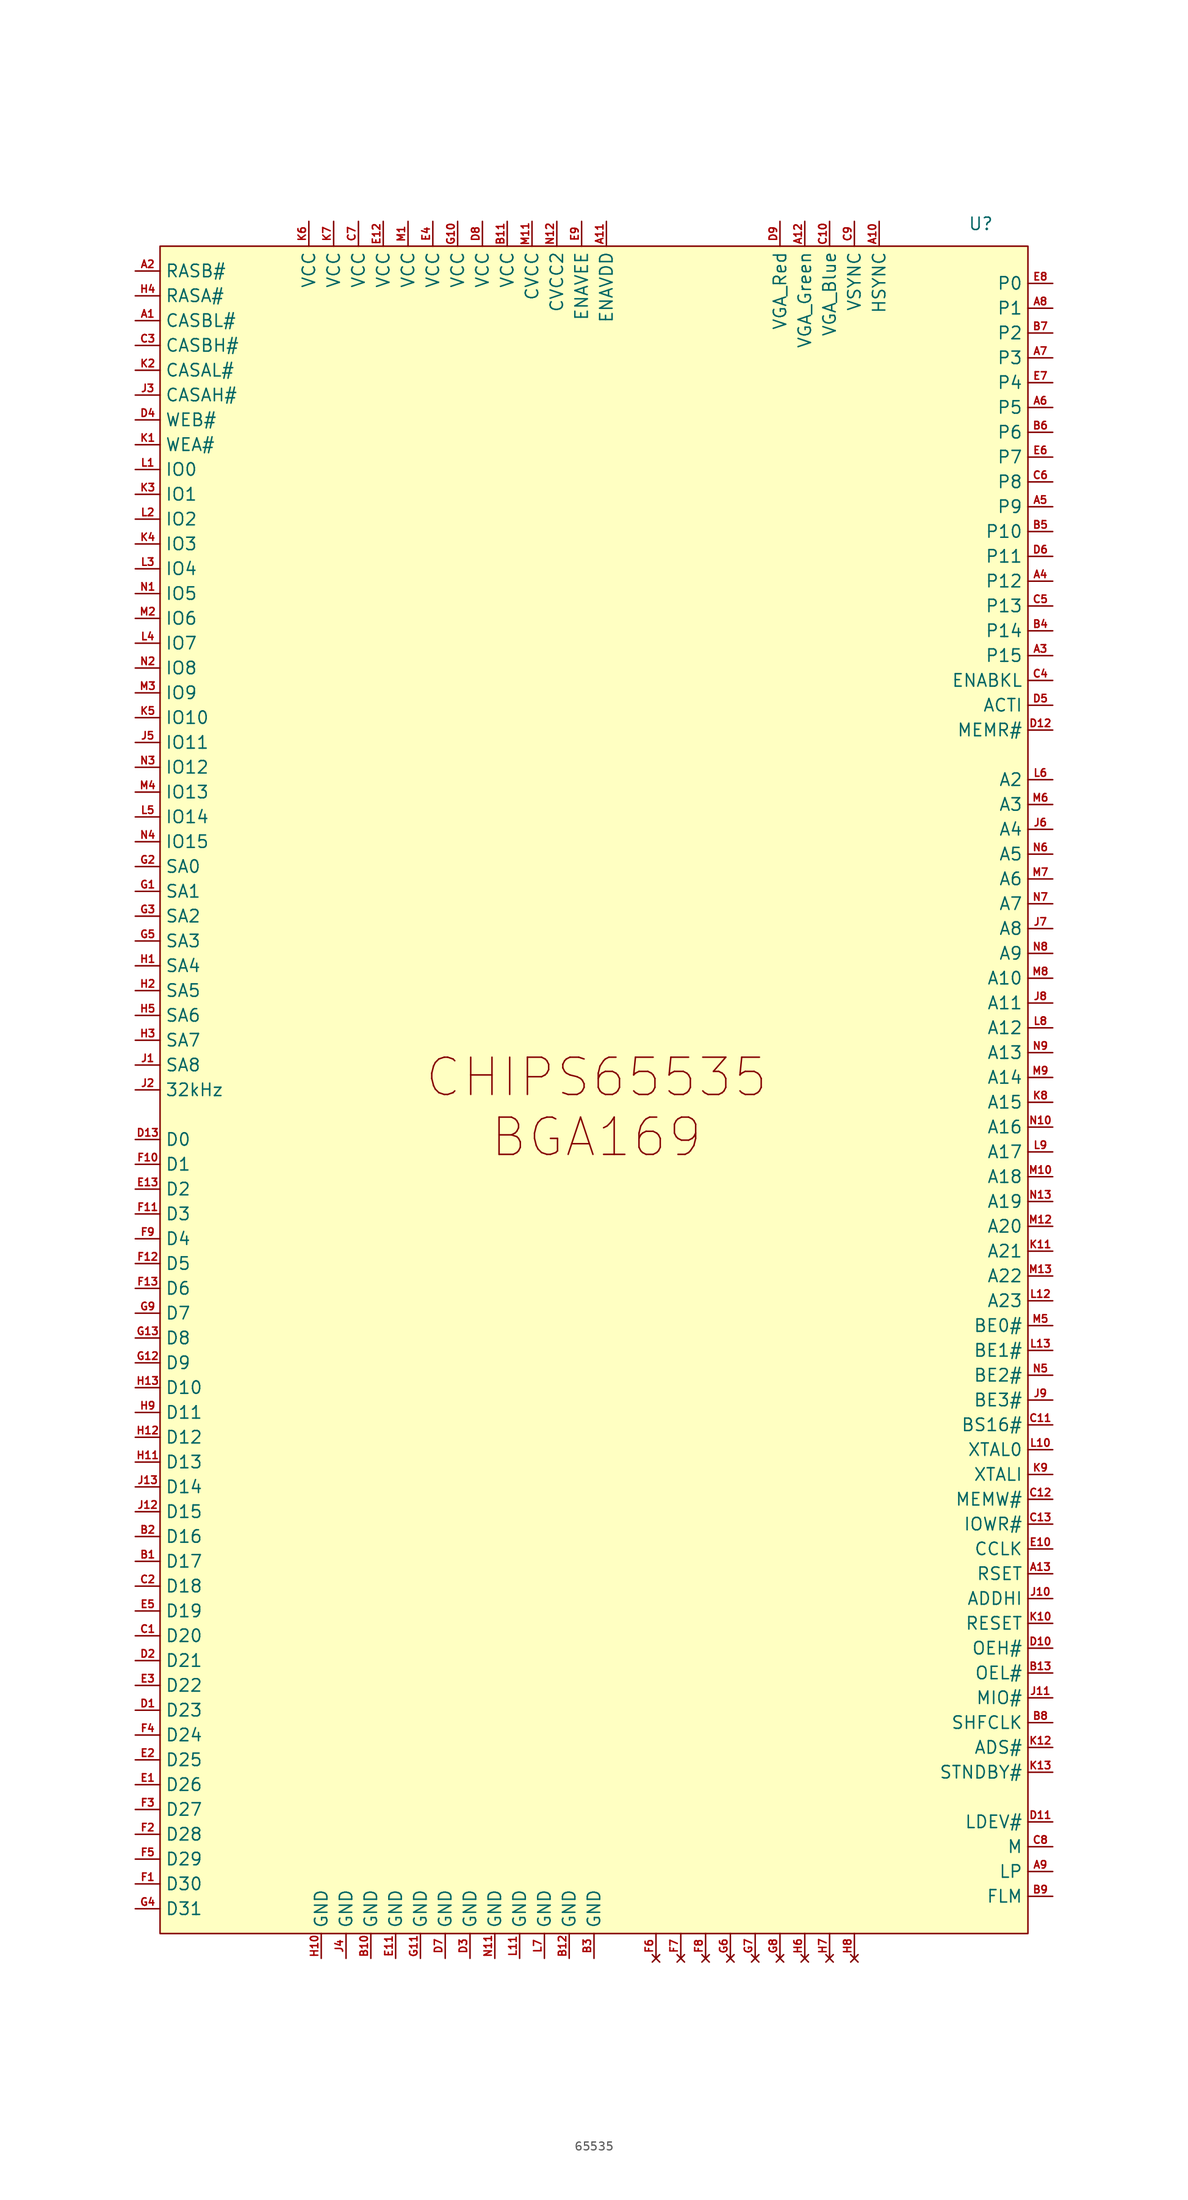
<source format=kicad_sym>
(kicad_symbol_lib
  (version 20241209)
  (generator "kicad_symbol_editor")
  (generator_version "9.0")
  (symbol "65535"
    (property "Reference" "U"
      (at 38.354 91.186 0)
      (effects (font (size 1.27 1.27))))
    (property "Value" ""
      (at 0 0 0)
      (effects (font (size 1.27 1.27))))
    (symbol "65535_1_1"
      (rectangle (start -45.72 88.9) (end 43.18 -83.82) (stroke (width 0) (type solid)) (fill (type color) (color 255 255 194 1)))
      (text "CHIPS65535\nBGA169" (at -1.016 0.762 0) (effects (font (size 3.81 3.81))))
      (pin output line (at -48.26 86.36 0) (length 2.54) (name "RASB#" (effects (font (size 1.27 1.27)))) (number "A2" (effects (font (size 0.762 0.762)))))
      (pin output line (at -48.26 83.82 0) (length 2.54) (name "RASA#" (effects (font (size 1.27 1.27)))) (number "H4" (effects (font (size 0.762 0.762)))))
      (pin output line (at -48.26 81.28 0) (length 2.54) (name "CASBL#" (effects (font (size 1.27 1.27)))) (number "A1" (effects (font (size 0.762 0.762)))))
      (pin output line (at -48.26 78.74 0) (length 2.54) (name "CASBH#" (effects (font (size 1.27 1.27)))) (number "C3" (effects (font (size 0.762 0.762)))))
      (pin output line (at -48.26 76.2 0) (length 2.54) (name "CASAL#" (effects (font (size 1.27 1.27)))) (number "K2" (effects (font (size 0.762 0.762)))))
      (pin output line (at -48.26 73.66 0) (length 2.54) (name "CASAH#" (effects (font (size 1.27 1.27)))) (number "J3" (effects (font (size 0.762 0.762)))))
      (pin input line (at -48.26 71.12 0) (length 2.54) (name "WEB#" (effects (font (size 1.27 1.27)))) (number "D4" (effects (font (size 0.762 0.762)))))
      (pin output line (at -48.26 68.58 0) (length 2.54) (name "WEA#" (effects (font (size 1.27 1.27)))) (number "K1" (effects (font (size 0.762 0.762)))))
      (pin bidirectional line (at -48.26 66.04 0) (length 2.54) (name "IO0" (effects (font (size 1.27 1.27)))) (number "L1" (effects (font (size 0.762 0.762)))))
      (pin bidirectional line (at -48.26 63.5 0) (length 2.54) (name "IO1" (effects (font (size 1.27 1.27)))) (number "K3" (effects (font (size 0.762 0.762)))))
      (pin bidirectional line (at -48.26 60.96 0) (length 2.54) (name "IO2" (effects (font (size 1.27 1.27)))) (number "L2" (effects (font (size 0.762 0.762)))))
      (pin bidirectional line (at -48.26 58.42 0) (length 2.54) (name "IO3" (effects (font (size 1.27 1.27)))) (number "K4" (effects (font (size 0.762 0.762)))))
      (pin bidirectional line (at -48.26 55.88 0) (length 2.54) (name "IO4" (effects (font (size 1.27 1.27)))) (number "L3" (effects (font (size 0.762 0.762)))))
      (pin bidirectional line (at -48.26 53.34 0) (length 2.54) (name "IO5" (effects (font (size 1.27 1.27)))) (number "N1" (effects (font (size 0.762 0.762)))))
      (pin bidirectional line (at -48.26 50.8 0) (length 2.54) (name "IO6" (effects (font (size 1.27 1.27)))) (number "M2" (effects (font (size 0.762 0.762)))))
      (pin bidirectional line (at -48.26 48.26 0) (length 2.54) (name "IO7" (effects (font (size 1.27 1.27)))) (number "L4" (effects (font (size 0.762 0.762)))))
      (pin bidirectional line (at -48.26 45.72 0) (length 2.54) (name "IO8" (effects (font (size 1.27 1.27)))) (number "N2" (effects (font (size 0.762 0.762)))))
      (pin bidirectional line (at -48.26 43.18 0) (length 2.54) (name "IO9" (effects (font (size 1.27 1.27)))) (number "M3" (effects (font (size 0.762 0.762)))))
      (pin bidirectional line (at -48.26 40.64 0) (length 2.54) (name "IO10" (effects (font (size 1.27 1.27)))) (number "K5" (effects (font (size 0.762 0.762)))))
      (pin bidirectional line (at -48.26 38.1 0) (length 2.54) (name "IO11" (effects (font (size 1.27 1.27)))) (number "J5" (effects (font (size 0.762 0.762)))))
      (pin bidirectional line (at -48.26 35.56 0) (length 2.54) (name "IO12" (effects (font (size 1.27 1.27)))) (number "N3" (effects (font (size 0.762 0.762)))))
      (pin bidirectional line (at -48.26 33.02 0) (length 2.54) (name "IO13" (effects (font (size 1.27 1.27)))) (number "M4" (effects (font (size 0.762 0.762)))))
      (pin bidirectional line (at -48.26 30.48 0) (length 2.54) (name "IO14" (effects (font (size 1.27 1.27)))) (number "L5" (effects (font (size 0.762 0.762)))))
      (pin bidirectional line (at -48.26 27.94 0) (length 2.54) (name "IO15" (effects (font (size 1.27 1.27)))) (number "N4" (effects (font (size 0.762 0.762)))))
      (pin bidirectional line (at -48.26 25.4 0) (length 2.54) (name "SA0" (effects (font (size 1.27 1.27)))) (number "G2" (effects (font (size 0.762 0.762)))))
      (pin bidirectional line (at -48.26 22.86 0) (length 2.54) (name "SA1" (effects (font (size 1.27 1.27)))) (number "G1" (effects (font (size 0.762 0.762)))))
      (pin bidirectional line (at -48.26 20.32 0) (length 2.54) (name "SA2" (effects (font (size 1.27 1.27)))) (number "G3" (effects (font (size 0.762 0.762)))))
      (pin bidirectional line (at -48.26 17.78 0) (length 2.54) (name "SA3" (effects (font (size 1.27 1.27)))) (number "G5" (effects (font (size 0.762 0.762)))))
      (pin bidirectional line (at -48.26 15.24 0) (length 2.54) (name "SA4" (effects (font (size 1.27 1.27)))) (number "H1" (effects (font (size 0.762 0.762)))))
      (pin bidirectional line (at -48.26 12.7 0) (length 2.54) (name "SA5" (effects (font (size 1.27 1.27)))) (number "H2" (effects (font (size 0.762 0.762)))))
      (pin bidirectional line (at -48.26 10.16 0) (length 2.54) (name "SA6" (effects (font (size 1.27 1.27)))) (number "H5" (effects (font (size 0.762 0.762)))))
      (pin bidirectional line (at -48.26 7.62 0) (length 2.54) (name "SA7" (effects (font (size 1.27 1.27)))) (number "H3" (effects (font (size 0.762 0.762)))))
      (pin bidirectional line (at -48.26 5.08 0) (length 2.54) (name "SA8" (effects (font (size 1.27 1.27)))) (number "J1" (effects (font (size 0.762 0.762)))))
      (pin bidirectional line (at -48.26 2.54 0) (length 2.54) (name "32kHz" (effects (font (size 1.27 1.27)))) (number "J2" (effects (font (size 0.762 0.762)))))
      (pin bidirectional line (at -48.26 -2.54 0) (length 2.54) (name "D0" (effects (font (size 1.27 1.27)))) (number "D13" (effects (font (size 0.762 0.762)))))
      (pin bidirectional line (at -48.26 -5.08 0) (length 2.54) (name "D1" (effects (font (size 1.27 1.27)))) (number "F10" (effects (font (size 0.762 0.762)))))
      (pin bidirectional line (at -48.26 -7.62 0) (length 2.54) (name "D2" (effects (font (size 1.27 1.27)))) (number "E13" (effects (font (size 0.762 0.762)))))
      (pin bidirectional line (at -48.26 -10.16 0) (length 2.54) (name "D3" (effects (font (size 1.27 1.27)))) (number "F11" (effects (font (size 0.762 0.762)))))
      (pin bidirectional line (at -48.26 -12.7 0) (length 2.54) (name "D4" (effects (font (size 1.27 1.27)))) (number "F9" (effects (font (size 0.762 0.762)))))
      (pin bidirectional line (at -48.26 -15.24 0) (length 2.54) (name "D5" (effects (font (size 1.27 1.27)))) (number "F12" (effects (font (size 0.762 0.762)))))
      (pin bidirectional line (at -48.26 -17.78 0) (length 2.54) (name "D6" (effects (font (size 1.27 1.27)))) (number "F13" (effects (font (size 0.762 0.762)))))
      (pin bidirectional line (at -48.26 -20.32 0) (length 2.54) (name "D7" (effects (font (size 1.27 1.27)))) (number "G9" (effects (font (size 0.762 0.762)))))
      (pin bidirectional line (at -48.26 -22.86 0) (length 2.54) (name "D8" (effects (font (size 1.27 1.27)))) (number "G13" (effects (font (size 0.762 0.762)))))
      (pin bidirectional line (at -48.26 -25.4 0) (length 2.54) (name "D9" (effects (font (size 1.27 1.27)))) (number "G12" (effects (font (size 0.762 0.762)))))
      (pin bidirectional line (at -48.26 -27.94 0) (length 2.54) (name "D10" (effects (font (size 1.27 1.27)))) (number "H13" (effects (font (size 0.762 0.762)))))
      (pin bidirectional line (at -48.26 -30.48 0) (length 2.54) (name "D11" (effects (font (size 1.27 1.27)))) (number "H9" (effects (font (size 0.762 0.762)))))
      (pin bidirectional line (at -48.26 -33.02 0) (length 2.54) (name "D12" (effects (font (size 1.27 1.27)))) (number "H12" (effects (font (size 0.762 0.762)))))
      (pin bidirectional line (at -48.26 -35.56 0) (length 2.54) (name "D13" (effects (font (size 1.27 1.27)))) (number "H11" (effects (font (size 0.762 0.762)))))
      (pin bidirectional line (at -48.26 -38.1 0) (length 2.54) (name "D14" (effects (font (size 1.27 1.27)))) (number "J13" (effects (font (size 0.762 0.762)))))
      (pin bidirectional line (at -48.26 -40.64 0) (length 2.54) (name "D15" (effects (font (size 1.27 1.27)))) (number "J12" (effects (font (size 0.762 0.762)))))
      (pin bidirectional line (at -48.26 -43.18 0) (length 2.54) (name "D16" (effects (font (size 1.27 1.27)))) (number "B2" (effects (font (size 0.762 0.762)))))
      (pin bidirectional line (at -48.26 -45.72 0) (length 2.54) (name "D17" (effects (font (size 1.27 1.27)))) (number "B1" (effects (font (size 0.762 0.762)))))
      (pin bidirectional line (at -48.26 -48.26 0) (length 2.54) (name "D18" (effects (font (size 1.27 1.27)))) (number "C2" (effects (font (size 0.762 0.762)))))
      (pin bidirectional line (at -48.26 -50.8 0) (length 2.54) (name "D19" (effects (font (size 1.27 1.27)))) (number "E5" (effects (font (size 0.762 0.762)))))
      (pin bidirectional line (at -48.26 -53.34 0) (length 2.54) (name "D20" (effects (font (size 1.27 1.27)))) (number "C1" (effects (font (size 0.762 0.762)))))
      (pin bidirectional line (at -48.26 -55.88 0) (length 2.54) (name "D21" (effects (font (size 1.27 1.27)))) (number "D2" (effects (font (size 0.762 0.762)))))
      (pin bidirectional line (at -48.26 -58.42 0) (length 2.54) (name "D22" (effects (font (size 1.27 1.27)))) (number "E3" (effects (font (size 0.762 0.762)))))
      (pin bidirectional line (at -48.26 -60.96 0) (length 2.54) (name "D23" (effects (font (size 1.27 1.27)))) (number "D1" (effects (font (size 0.762 0.762)))))
      (pin bidirectional line (at -48.26 -63.5 0) (length 2.54) (name "D24" (effects (font (size 1.27 1.27)))) (number "F4" (effects (font (size 0.762 0.762)))))
      (pin bidirectional line (at -48.26 -66.04 0) (length 2.54) (name "D25" (effects (font (size 1.27 1.27)))) (number "E2" (effects (font (size 0.762 0.762)))))
      (pin bidirectional line (at -48.26 -68.58 0) (length 2.54) (name "D26" (effects (font (size 1.27 1.27)))) (number "E1" (effects (font (size 0.762 0.762)))))
      (pin bidirectional line (at -48.26 -71.12 0) (length 2.54) (name "D27" (effects (font (size 1.27 1.27)))) (number "F3" (effects (font (size 0.762 0.762)))))
      (pin bidirectional line (at -48.26 -73.66 0) (length 2.54) (name "D28" (effects (font (size 1.27 1.27)))) (number "F2" (effects (font (size 0.762 0.762)))))
      (pin bidirectional line (at -48.26 -76.2 0) (length 2.54) (name "D29" (effects (font (size 1.27 1.27)))) (number "F5" (effects (font (size 0.762 0.762)))))
      (pin bidirectional line (at -48.26 -78.74 0) (length 2.54) (name "D30" (effects (font (size 1.27 1.27)))) (number "F1" (effects (font (size 0.762 0.762)))))
      (pin bidirectional line (at -48.26 -81.28 0) (length 2.54) (name "D31" (effects (font (size 1.27 1.27)))) (number "G4" (effects (font (size 0.762 0.762)))))
      (pin power_in line (at -30.48 91.44 270) (length 2.54) (name "VCC" (effects (font (size 1.27 1.27)))) (number "K6" (effects (font (size 0.762 0.762)))))
      (pin power_in line (at -29.21 -86.36 90) (length 2.54) (name "GND" (effects (font (size 1.27 1.27)))) (number "H10" (effects (font (size 0.762 0.762)))))
      (pin power_in line (at -27.94 91.44 270) (length 2.54) (name "VCC" (effects (font (size 1.27 1.27)))) (number "K7" (effects (font (size 0.762 0.762)))))
      (pin power_in line (at -26.67 -86.36 90) (length 2.54) (name "GND" (effects (font (size 1.27 1.27)))) (number "J4" (effects (font (size 0.762 0.762)))))
      (pin power_in line (at -25.4 91.44 270) (length 2.54) (name "VCC" (effects (font (size 1.27 1.27)))) (number "C7" (effects (font (size 0.762 0.762)))))
      (pin power_in line (at -24.13 -86.36 90) (length 2.54) (name "GND" (effects (font (size 1.27 1.27)))) (number "B10" (effects (font (size 0.762 0.762)))))
      (pin power_in line (at -22.86 91.44 270) (length 2.54) (name "VCC" (effects (font (size 1.27 1.27)))) (number "E12" (effects (font (size 0.762 0.762)))))
      (pin power_in line (at -21.59 -86.36 90) (length 2.54) (name "GND" (effects (font (size 1.27 1.27)))) (number "E11" (effects (font (size 0.762 0.762)))))
      (pin power_in line (at -20.32 91.44 270) (length 2.54) (name "VCC" (effects (font (size 1.27 1.27)))) (number "M1" (effects (font (size 0.762 0.762)))))
      (pin power_in line (at -19.05 -86.36 90) (length 2.54) (name "GND" (effects (font (size 1.27 1.27)))) (number "G11" (effects (font (size 0.762 0.762)))))
      (pin power_in line (at -17.78 91.44 270) (length 2.54) (name "VCC" (effects (font (size 1.27 1.27)))) (number "E4" (effects (font (size 0.762 0.762)))))
      (pin power_in line (at -16.51 -86.36 90) (length 2.54) (name "GND" (effects (font (size 1.27 1.27)))) (number "D7" (effects (font (size 0.762 0.762)))))
      (pin power_in line (at -15.24 91.44 270) (length 2.54) (name "VCC" (effects (font (size 1.27 1.27)))) (number "G10" (effects (font (size 0.762 0.762)))))
      (pin power_in line (at -13.97 -86.36 90) (length 2.54) (name "GND" (effects (font (size 1.27 1.27)))) (number "D3" (effects (font (size 0.762 0.762)))))
      (pin power_in line (at -12.7 91.44 270) (length 2.54) (name "VCC" (effects (font (size 1.27 1.27)))) (number "D8" (effects (font (size 0.762 0.762)))))
      (pin power_in line (at -11.43 -86.36 90) (length 2.54) (name "GND" (effects (font (size 1.27 1.27)))) (number "N11" (effects (font (size 0.762 0.762)))))
      (pin power_in line (at -10.16 91.44 270) (length 2.54) (name "VCC" (effects (font (size 1.27 1.27)))) (number "B11" (effects (font (size 0.762 0.762)))))
      (pin power_in line (at -8.89 -86.36 90) (length 2.54) (name "GND" (effects (font (size 1.27 1.27)))) (number "L11" (effects (font (size 0.762 0.762)))))
      (pin power_in line (at -7.62 91.44 270) (length 2.54) (name "CVCC" (effects (font (size 1.27 1.27)))) (number "M11" (effects (font (size 0.762 0.762)))))
      (pin power_in line (at -6.35 -86.36 90) (length 2.54) (name "GND" (effects (font (size 1.27 1.27)))) (number "L7" (effects (font (size 0.762 0.762)))))
      (pin power_in line (at -5.08 91.44 270) (length 2.54) (name "CVCC2" (effects (font (size 1.27 1.27)))) (number "N12" (effects (font (size 0.762 0.762)))))
      (pin power_in line (at -3.81 -86.36 90) (length 2.54) (name "GND" (effects (font (size 1.27 1.27)))) (number "B12" (effects (font (size 0.762 0.762)))))
      (pin output line (at -2.54 91.44 270) (length 2.54) (name "ENAVEE" (effects (font (size 1.27 1.27)))) (number "E9" (effects (font (size 0.762 0.762)))))
      (pin power_in line (at -1.27 -86.36 90) (length 2.54) (name "GND" (effects (font (size 1.27 1.27)))) (number "B3" (effects (font (size 0.762 0.762)))))
      (pin output line (at 0 91.44 270) (length 2.54) (name "ENAVDD" (effects (font (size 1.27 1.27)))) (number "A11" (effects (font (size 0.762 0.762)))))
      (pin no_connect line (at 5.08 -86.36 90) (length 2.54) (name "" (effects (font (size 1.27 1.27)))) (number "F6" (effects (font (size 0.762 0.762)))))
      (pin no_connect line (at 7.62 -86.36 90) (length 2.54) (name "" (effects (font (size 1.27 1.27)))) (number "F7" (effects (font (size 0.762 0.762)))))
      (pin no_connect line (at 10.16 -86.36 90) (length 2.54) (name "" (effects (font (size 1.27 1.27)))) (number "F8" (effects (font (size 0.762 0.762)))))
      (pin no_connect line (at 12.7 -86.36 90) (length 2.54) (name "" (effects (font (size 1.27 1.27)))) (number "G6" (effects (font (size 0.762 0.762)))))
      (pin no_connect line (at 15.24 -86.36 90) (length 2.54) (name "" (effects (font (size 1.27 1.27)))) (number "G7" (effects (font (size 0.762 0.762)))))
      (pin output line (at 17.78 91.44 270) (length 2.54) (name "VGA_Red" (effects (font (size 1.27 1.27)))) (number "D9" (effects (font (size 0.762 0.762)))))
      (pin no_connect line (at 17.78 -86.36 90) (length 2.54) (name "" (effects (font (size 1.27 1.27)))) (number "G8" (effects (font (size 0.762 0.762)))))
      (pin output line (at 20.32 91.44 270) (length 2.54) (name "VGA_Green" (effects (font (size 1.27 1.27)))) (number "A12" (effects (font (size 0.762 0.762)))))
      (pin no_connect line (at 20.32 -86.36 90) (length 2.54) (name "" (effects (font (size 1.27 1.27)))) (number "H6" (effects (font (size 0.762 0.762)))))
      (pin output line (at 22.86 91.44 270) (length 2.54) (name "VGA_Blue" (effects (font (size 1.27 1.27)))) (number "C10" (effects (font (size 0.762 0.762)))))
      (pin no_connect line (at 22.86 -86.36 90) (length 2.54) (name "" (effects (font (size 1.27 1.27)))) (number "H7" (effects (font (size 0.762 0.762)))))
      (pin output line (at 25.4 91.44 270) (length 2.54) (name "VSYNC" (effects (font (size 1.27 1.27)))) (number "C9" (effects (font (size 0.762 0.762)))))
      (pin no_connect line (at 25.4 -86.36 90) (length 2.54) (name "" (effects (font (size 1.27 1.27)))) (number "H8" (effects (font (size 0.762 0.762)))))
      (pin output line (at 27.94 91.44 270) (length 2.54) (name "HSYNC" (effects (font (size 1.27 1.27)))) (number "A10" (effects (font (size 0.762 0.762)))))
      (pin output line (at 45.72 85.09 180) (length 2.54) (name "P0" (effects (font (size 1.27 1.27)))) (number "E8" (effects (font (size 0.762 0.762)))))
      (pin output line (at 45.72 82.55 180) (length 2.54) (name "P1" (effects (font (size 1.27 1.27)))) (number "A8" (effects (font (size 0.762 0.762)))))
      (pin output line (at 45.72 80.01 180) (length 2.54) (name "P2" (effects (font (size 1.27 1.27)))) (number "B7" (effects (font (size 0.762 0.762)))))
      (pin output line (at 45.72 77.47 180) (length 2.54) (name "P3" (effects (font (size 1.27 1.27)))) (number "A7" (effects (font (size 0.762 0.762)))))
      (pin output line (at 45.72 74.93 180) (length 2.54) (name "P4" (effects (font (size 1.27 1.27)))) (number "E7" (effects (font (size 0.762 0.762)))))
      (pin output line (at 45.72 72.39 180) (length 2.54) (name "P5" (effects (font (size 1.27 1.27)))) (number "A6" (effects (font (size 0.762 0.762)))))
      (pin output line (at 45.72 69.85 180) (length 2.54) (name "P6" (effects (font (size 1.27 1.27)))) (number "B6" (effects (font (size 0.762 0.762)))))
      (pin output line (at 45.72 67.31 180) (length 2.54) (name "P7" (effects (font (size 1.27 1.27)))) (number "E6" (effects (font (size 0.762 0.762)))))
      (pin output line (at 45.72 64.77 180) (length 2.54) (name "P8" (effects (font (size 1.27 1.27)))) (number "C6" (effects (font (size 0.762 0.762)))))
      (pin output line (at 45.72 62.23 180) (length 2.54) (name "P9" (effects (font (size 1.27 1.27)))) (number "A5" (effects (font (size 0.762 0.762)))))
      (pin output line (at 45.72 59.69 180) (length 2.54) (name "P10" (effects (font (size 1.27 1.27)))) (number "B5" (effects (font (size 0.762 0.762)))))
      (pin output line (at 45.72 57.15 180) (length 2.54) (name "P11" (effects (font (size 1.27 1.27)))) (number "D6" (effects (font (size 0.762 0.762)))))
      (pin output line (at 45.72 54.61 180) (length 2.54) (name "P12" (effects (font (size 1.27 1.27)))) (number "A4" (effects (font (size 0.762 0.762)))))
      (pin output line (at 45.72 52.07 180) (length 2.54) (name "P13" (effects (font (size 1.27 1.27)))) (number "C5" (effects (font (size 0.762 0.762)))))
      (pin output line (at 45.72 49.53 180) (length 2.54) (name "P14" (effects (font (size 1.27 1.27)))) (number "B4" (effects (font (size 0.762 0.762)))))
      (pin output line (at 45.72 46.99 180) (length 2.54) (name "P15" (effects (font (size 1.27 1.27)))) (number "A3" (effects (font (size 0.762 0.762)))))
      (pin bidirectional line (at 45.72 44.45 180) (length 2.54) (name "ENABKL" (effects (font (size 1.27 1.27)))) (number "C4" (effects (font (size 0.762 0.762)))))
      (pin bidirectional line (at 45.72 41.91 180) (length 2.54) (name "ACTI" (effects (font (size 1.27 1.27)))) (number "D5" (effects (font (size 0.762 0.762)))))
      (pin input line (at 45.72 39.37 180) (length 2.54) (name "MEMR#" (effects (font (size 1.27 1.27)))) (number "D12" (effects (font (size 0.762 0.762)))))
      (pin input line (at 45.72 34.29 180) (length 2.54) (name "A2" (effects (font (size 1.27 1.27)))) (number "L6" (effects (font (size 0.762 0.762)))))
      (pin input line (at 45.72 31.75 180) (length 2.54) (name "A3" (effects (font (size 1.27 1.27)))) (number "M6" (effects (font (size 0.762 0.762)))))
      (pin input line (at 45.72 29.21 180) (length 2.54) (name "A4" (effects (font (size 1.27 1.27)))) (number "J6" (effects (font (size 0.762 0.762)))))
      (pin input line (at 45.72 26.67 180) (length 2.54) (name "A5" (effects (font (size 1.27 1.27)))) (number "N6" (effects (font (size 0.762 0.762)))))
      (pin input line (at 45.72 24.13 180) (length 2.54) (name "A6" (effects (font (size 1.27 1.27)))) (number "M7" (effects (font (size 0.762 0.762)))))
      (pin input line (at 45.72 21.59 180) (length 2.54) (name "A7" (effects (font (size 1.27 1.27)))) (number "N7" (effects (font (size 0.762 0.762)))))
      (pin input line (at 45.72 19.05 180) (length 2.54) (name "A8" (effects (font (size 1.27 1.27)))) (number "J7" (effects (font (size 0.762 0.762)))))
      (pin input line (at 45.72 16.51 180) (length 2.54) (name "A9" (effects (font (size 1.27 1.27)))) (number "N8" (effects (font (size 0.762 0.762)))))
      (pin input line (at 45.72 13.97 180) (length 2.54) (name "A10" (effects (font (size 1.27 1.27)))) (number "M8" (effects (font (size 0.762 0.762)))))
      (pin input line (at 45.72 11.43 180) (length 2.54) (name "A11" (effects (font (size 1.27 1.27)))) (number "J8" (effects (font (size 0.762 0.762)))))
      (pin input line (at 45.72 8.89 180) (length 2.54) (name "A12" (effects (font (size 1.27 1.27)))) (number "L8" (effects (font (size 0.762 0.762)))))
      (pin input line (at 45.72 6.35 180) (length 2.54) (name "A13" (effects (font (size 1.27 1.27)))) (number "N9" (effects (font (size 0.762 0.762)))))
      (pin input line (at 45.72 3.81 180) (length 2.54) (name "A14" (effects (font (size 1.27 1.27)))) (number "M9" (effects (font (size 0.762 0.762)))))
      (pin input line (at 45.72 1.27 180) (length 2.54) (name "A15" (effects (font (size 1.27 1.27)))) (number "K8" (effects (font (size 0.762 0.762)))))
      (pin input line (at 45.72 -1.27 180) (length 2.54) (name "A16" (effects (font (size 1.27 1.27)))) (number "N10" (effects (font (size 0.762 0.762)))))
      (pin input line (at 45.72 -3.81 180) (length 2.54) (name "A17" (effects (font (size 1.27 1.27)))) (number "L9" (effects (font (size 0.762 0.762)))))
      (pin input line (at 45.72 -6.35 180) (length 2.54) (name "A18" (effects (font (size 1.27 1.27)))) (number "M10" (effects (font (size 0.762 0.762)))))
      (pin input line (at 45.72 -8.89 180) (length 2.54) (name "A19" (effects (font (size 1.27 1.27)))) (number "N13" (effects (font (size 0.762 0.762)))))
      (pin input line (at 45.72 -11.43 180) (length 2.54) (name "A20" (effects (font (size 1.27 1.27)))) (number "M12" (effects (font (size 0.762 0.762)))))
      (pin input line (at 45.72 -13.97 180) (length 2.54) (name "A21" (effects (font (size 1.27 1.27)))) (number "K11" (effects (font (size 0.762 0.762)))))
      (pin input line (at 45.72 -16.51 180) (length 2.54) (name "A22" (effects (font (size 1.27 1.27)))) (number "M13" (effects (font (size 0.762 0.762)))))
      (pin input line (at 45.72 -19.05 180) (length 2.54) (name "A23" (effects (font (size 1.27 1.27)))) (number "L12" (effects (font (size 0.762 0.762)))))
      (pin input line (at 45.72 -21.59 180) (length 2.54) (name "BE0#" (effects (font (size 1.27 1.27)))) (number "M5" (effects (font (size 0.762 0.762)))))
      (pin input line (at 45.72 -24.13 180) (length 2.54) (name "BE1#" (effects (font (size 1.27 1.27)))) (number "L13" (effects (font (size 0.762 0.762)))))
      (pin input line (at 45.72 -26.67 180) (length 2.54) (name "BE2#" (effects (font (size 1.27 1.27)))) (number "N5" (effects (font (size 0.762 0.762)))))
      (pin input line (at 45.72 -29.21 180) (length 2.54) (name "BE3#" (effects (font (size 1.27 1.27)))) (number "J9" (effects (font (size 0.762 0.762)))))
      (pin output line (at 45.72 -31.75 180) (length 2.54) (name "BS16#" (effects (font (size 1.27 1.27)))) (number "C11" (effects (font (size 0.762 0.762)))))
      (pin output line (at 45.72 -34.29 180) (length 2.54) (name "XTAL0" (effects (font (size 1.27 1.27)))) (number "L10" (effects (font (size 0.762 0.762)))))
      (pin input line (at 45.72 -36.83 180) (length 2.54) (name "XTALI" (effects (font (size 1.27 1.27)))) (number "K9" (effects (font (size 0.762 0.762)))))
      (pin input line (at 45.72 -39.37 180) (length 2.54) (name "MEMW#" (effects (font (size 1.27 1.27)))) (number "C12" (effects (font (size 0.762 0.762)))))
      (pin input line (at 45.72 -41.91 180) (length 2.54) (name "IOWR#" (effects (font (size 1.27 1.27)))) (number "C13" (effects (font (size 0.762 0.762)))))
      (pin input line (at 45.72 -44.45 180) (length 2.54) (name "CCLK" (effects (font (size 1.27 1.27)))) (number "E10" (effects (font (size 0.762 0.762)))))
      (pin input line (at 45.72 -46.99 180) (length 2.54) (name "RSET" (effects (font (size 1.27 1.27)))) (number "A13" (effects (font (size 0.762 0.762)))))
      (pin input line (at 45.72 -49.53 180) (length 2.54) (name "ADDHI" (effects (font (size 1.27 1.27)))) (number "J10" (effects (font (size 0.762 0.762)))))
      (pin input line (at 45.72 -52.07 180) (length 2.54) (name "RESET" (effects (font (size 1.27 1.27)))) (number "K10" (effects (font (size 0.762 0.762)))))
      (pin output line (at 45.72 -54.61 180) (length 2.54) (name "OEH#" (effects (font (size 1.27 1.27)))) (number "D10" (effects (font (size 0.762 0.762)))))
      (pin output line (at 45.72 -57.15 180) (length 2.54) (name "OEL#" (effects (font (size 1.27 1.27)))) (number "B13" (effects (font (size 0.762 0.762)))))
      (pin input line (at 45.72 -59.69 180) (length 2.54) (name "MIO#" (effects (font (size 1.27 1.27)))) (number "J11" (effects (font (size 0.762 0.762)))))
      (pin output line (at 45.72 -62.23 180) (length 2.54) (name "SHFCLK" (effects (font (size 1.27 1.27)))) (number "B8" (effects (font (size 0.762 0.762)))))
      (pin input line (at 45.72 -64.77 180) (length 2.54) (name "ADS#" (effects (font (size 1.27 1.27)))) (number "K12" (effects (font (size 0.762 0.762)))))
      (pin input line (at 45.72 -67.31 180) (length 2.54) (name "STNDBY#" (effects (font (size 1.27 1.27)))) (number "K13" (effects (font (size 0.762 0.762)))))
      (pin bidirectional line (at 45.72 -72.39 180) (length 2.54) (name "LDEV#" (effects (font (size 1.27 1.27)))) (number "D11" (effects (font (size 0.762 0.762)))))
      (pin output line (at 45.72 -74.93 180) (length 2.54) (name "M" (effects (font (size 1.27 1.27)))) (number "C8" (effects (font (size 0.762 0.762)))))
      (pin output line (at 45.72 -77.47 180) (length 2.54) (name "LP" (effects (font (size 1.27 1.27)))) (number "A9" (effects (font (size 0.762 0.762)))))
      (pin output line (at 45.72 -80.01 180) (length 2.54) (name "FLM" (effects (font (size 1.27 1.27)))) (number "B9" (effects (font (size 0.762 0.762))))))))
</source>
